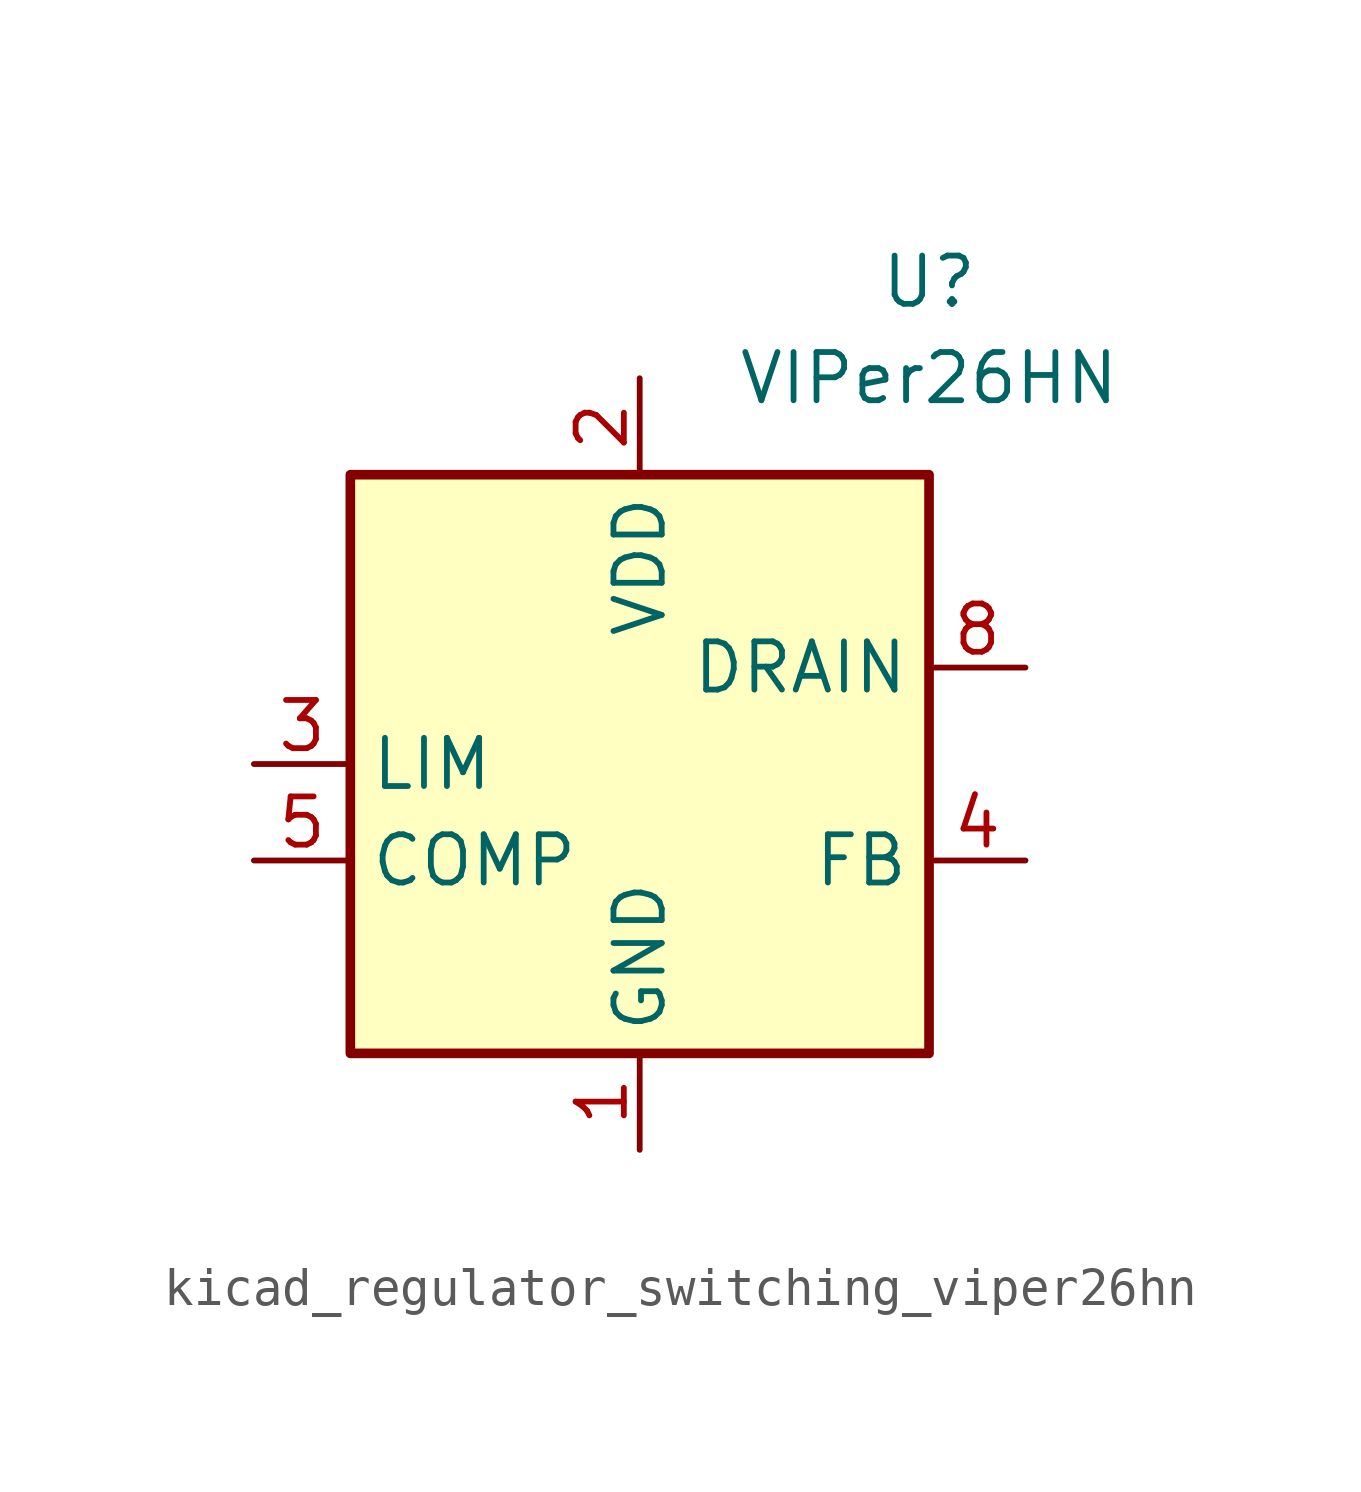
<source format=kicad_sym>
(kicad_symbol_lib
  (version 20220914)
  (generator kicad_symbol_editor)
  (symbol "kicad_regulator_switching_viper26hn"
    (property "Reference" "U"
      (at 7.62 12.7 0)
      (effects (font (size 1.27 1.27))))
    (property "Value" "VIPer26HN"
      (at 7.62 10.16 0)
      (effects (font (size 1.27 1.27))))
    (symbol "kicad_regulator_switching_viper26hn_1_1"
      (rectangle (start -7.62 7.62) (end 7.62 -7.62) (stroke (width 0.254) (type default)) (fill (type background)))
      (pin power_in line (at 0 -10.16 90) (length 2.54) (name "GND" (effects (font (size 1.27 1.27)))) (number "1" (effects (font (size 1.27 1.27)))))
      (pin power_in line (at 0 10.16 270) (length 2.54) (name "VDD" (effects (font (size 1.27 1.27)))) (number "2" (effects (font (size 1.27 1.27)))))
      (pin passive line (at -10.16 0 0) (length 2.54) (name "LIM" (effects (font (size 1.27 1.27)))) (number "3" (effects (font (size 1.27 1.27)))))
      (pin input line (at 10.16 -2.54 180) (length 2.54) (name "FB" (effects (font (size 1.27 1.27)))) (number "4" (effects (font (size 1.27 1.27)))))
      (pin passive line (at -10.16 -2.54 0) (length 2.54) (name "COMP" (effects (font (size 1.27 1.27)))) (number "5" (effects (font (size 1.27 1.27)))))
      (pin passive line (at 10.16 2.54 180) (length 2.54) hide (name "DRAIN" (effects (font (size 1.27 1.27)))) (number "7" (effects (font (size 1.27 1.27)))))
      (pin passive line (at 10.16 2.54 180) (length 2.54) (name "DRAIN" (effects (font (size 1.27 1.27)))) (number "8" (effects (font (size 1.27 1.27))))))))
</source>
